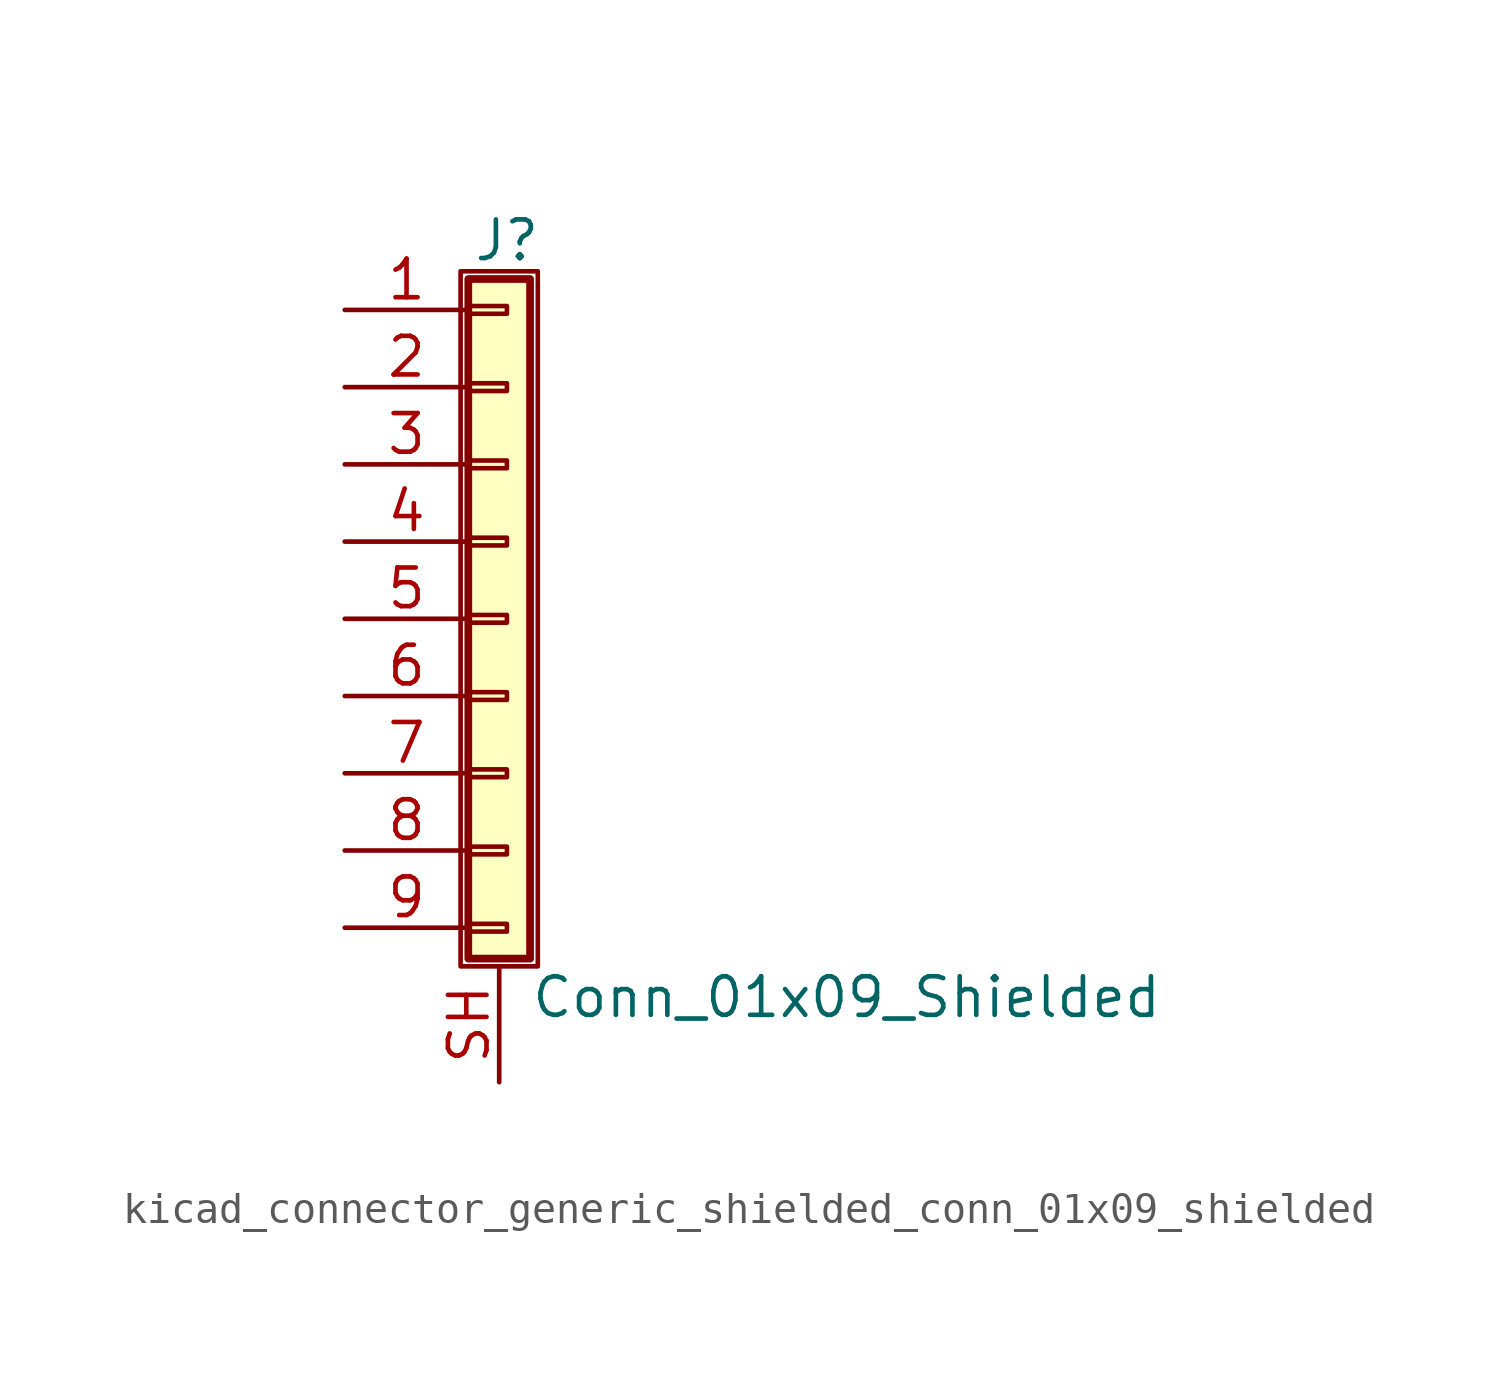
<source format=kicad_sym>
(kicad_symbol_lib
  (version 20220914)
  (generator kicad_symbol_editor)
  (symbol "kicad_connector_generic_shielded_conn_01x09_shielded"
    (pin_names
      (offset 1.016) hide)
    (property "Reference" "J"
      (at 0.254 12.446 0)
      (effects (font (size 1.27 1.27))))
    (property "Value" "Conn_01x09_Shielded"
      (at 1.016 -12.446 0)
      (effects (font (size 1.27 1.27)) (justify left)))
    (symbol "kicad_connector_generic_shielded_conn_01x09_shielded_1_1"
      (rectangle (start -1.27 11.43) (end 1.27 -11.43) (stroke (width 0.152) (type default)) (fill (type none)))
      (rectangle (start -1.016 -10.033) (end 0.254 -10.287) (stroke (width 0.152) (type default)) (fill (type none)))
      (rectangle (start -1.016 -7.493) (end 0.254 -7.747) (stroke (width 0.152) (type default)) (fill (type none)))
      (rectangle (start -1.016 -4.953) (end 0.254 -5.207) (stroke (width 0.152) (type default)) (fill (type none)))
      (rectangle (start -1.016 -2.413) (end 0.254 -2.667) (stroke (width 0.152) (type default)) (fill (type none)))
      (rectangle (start -1.016 0.127) (end 0.254 -0.127) (stroke (width 0.152) (type default)) (fill (type none)))
      (rectangle (start -1.016 2.667) (end 0.254 2.413) (stroke (width 0.152) (type default)) (fill (type none)))
      (rectangle (start -1.016 5.207) (end 0.254 4.953) (stroke (width 0.152) (type default)) (fill (type none)))
      (rectangle (start -1.016 7.747) (end 0.254 7.493) (stroke (width 0.152) (type default)) (fill (type none)))
      (rectangle (start -1.016 10.287) (end 0.254 10.033) (stroke (width 0.152) (type default)) (fill (type none)))
      (rectangle (start -1.016 11.176) (end 1.016 -11.176) (stroke (width 0.254) (type default)) (fill (type background)))
      (pin passive line (at -5.08 10.16 0) (length 4.064) (name "Pin_1" (effects (font (size 1.27 1.27)))) (number "1" (effects (font (size 1.27 1.27)))))
      (pin passive line (at -5.08 7.62 0) (length 4.064) (name "Pin_2" (effects (font (size 1.27 1.27)))) (number "2" (effects (font (size 1.27 1.27)))))
      (pin passive line (at -5.08 5.08 0) (length 4.064) (name "Pin_3" (effects (font (size 1.27 1.27)))) (number "3" (effects (font (size 1.27 1.27)))))
      (pin passive line (at -5.08 2.54 0) (length 4.064) (name "Pin_4" (effects (font (size 1.27 1.27)))) (number "4" (effects (font (size 1.27 1.27)))))
      (pin passive line (at -5.08 0 0) (length 4.064) (name "Pin_5" (effects (font (size 1.27 1.27)))) (number "5" (effects (font (size 1.27 1.27)))))
      (pin passive line (at -5.08 -2.54 0) (length 4.064) (name "Pin_6" (effects (font (size 1.27 1.27)))) (number "6" (effects (font (size 1.27 1.27)))))
      (pin passive line (at -5.08 -5.08 0) (length 4.064) (name "Pin_7" (effects (font (size 1.27 1.27)))) (number "7" (effects (font (size 1.27 1.27)))))
      (pin passive line (at -5.08 -7.62 0) (length 4.064) (name "Pin_8" (effects (font (size 1.27 1.27)))) (number "8" (effects (font (size 1.27 1.27)))))
      (pin passive line (at -5.08 -10.16 0) (length 4.064) (name "Pin_9" (effects (font (size 1.27 1.27)))) (number "9" (effects (font (size 1.27 1.27)))))
      (pin passive line (at 0 -15.24 90) (length 3.81) (name "Shield" (effects (font (size 1.27 1.27)))) (number "SH" (effects (font (size 1.27 1.27))))))))
</source>
